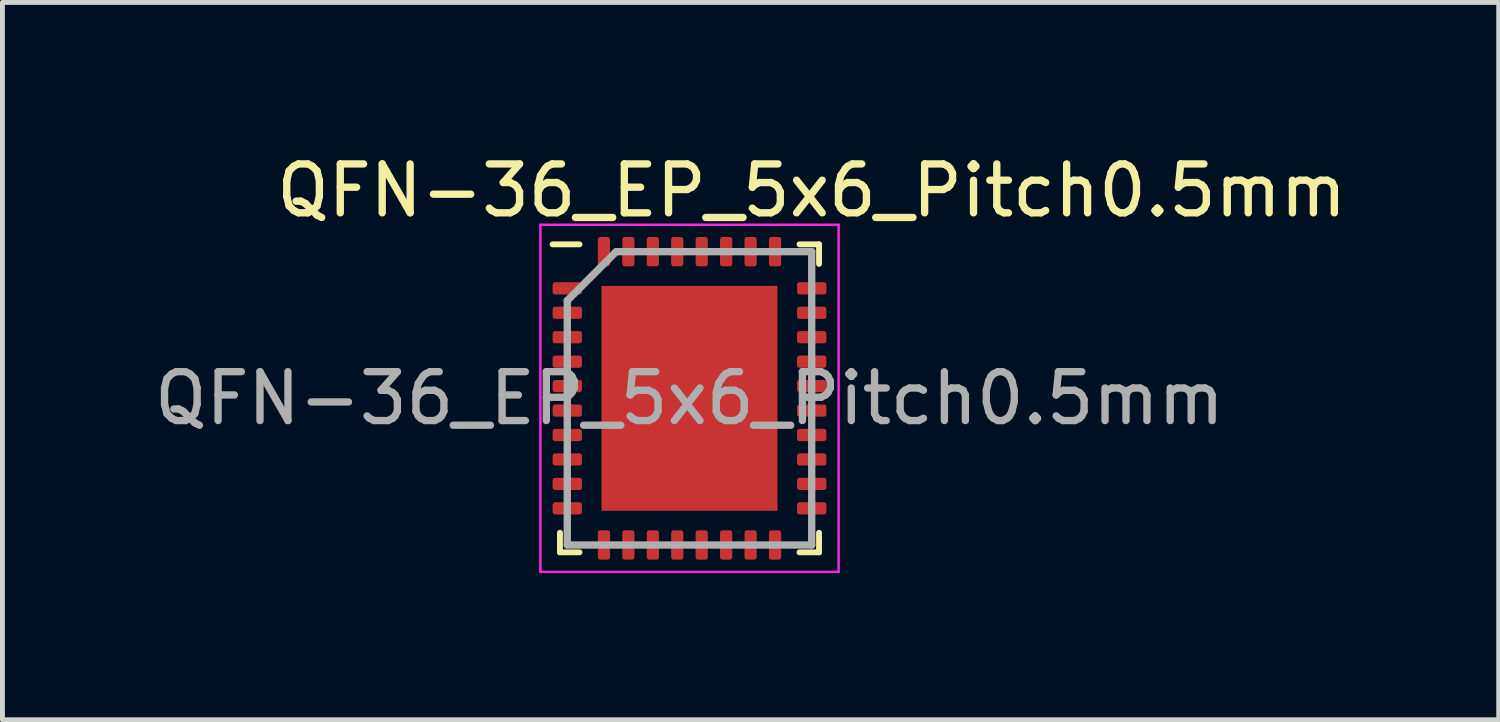
<source format=kicad_pcb>
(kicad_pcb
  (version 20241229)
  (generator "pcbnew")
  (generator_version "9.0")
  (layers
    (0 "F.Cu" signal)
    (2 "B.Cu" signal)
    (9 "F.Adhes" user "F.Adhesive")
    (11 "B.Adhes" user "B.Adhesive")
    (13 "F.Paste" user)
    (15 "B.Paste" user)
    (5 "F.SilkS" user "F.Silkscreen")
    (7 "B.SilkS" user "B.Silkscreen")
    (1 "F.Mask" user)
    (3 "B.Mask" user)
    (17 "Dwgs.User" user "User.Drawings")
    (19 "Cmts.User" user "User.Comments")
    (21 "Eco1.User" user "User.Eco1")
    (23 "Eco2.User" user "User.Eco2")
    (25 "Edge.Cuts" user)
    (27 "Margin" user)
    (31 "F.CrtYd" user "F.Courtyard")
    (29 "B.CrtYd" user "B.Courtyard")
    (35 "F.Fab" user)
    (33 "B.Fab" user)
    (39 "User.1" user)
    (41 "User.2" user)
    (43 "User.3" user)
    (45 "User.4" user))
  (footprint "QFN-36_EP_5x6_Pitch0.5mm"
    (layer "F.Cu")
    (at 11.054 5.098)
    (property "Reference" "QFN-36_EP_5x6_Pitch0.5mm" (at 2.5 -4.25 0) (layer "F.SilkS") (effects (font (size 1 1) (thickness 0.15))))
    (attr smd)
    (fp_line (start -2.65 3.15) (end -2.65 2.75) (stroke (width 0.12) (type default)) (layer "F.SilkS"))
    (fp_line (start -2.25 -3.15) (end -2.8 -3.15) (stroke (width 0.12) (type default)) (layer "F.SilkS"))
    (fp_line (start -2.25 3.15) (end -2.65 3.15) (stroke (width 0.12) (type default)) (layer "F.SilkS"))
    (fp_line (start 2.25 -3.15) (end 2.65 -3.15) (stroke (width 0.12) (type default)) (layer "F.SilkS"))
    (fp_line (start 2.25 3.15) (end 2.65 3.15) (stroke (width 0.12) (type default)) (layer "F.SilkS"))
    (fp_line (start 2.65 -3.15) (end 2.65 -2.75) (stroke (width 0.12) (type default)) (layer "F.SilkS"))
    (fp_line (start 2.65 3.15) (end 2.65 2.75) (stroke (width 0.12) (type default)) (layer "F.SilkS"))
    (fp_line (start -3.05 -3.55) (end 3.05 -3.55) (stroke (width 0.05) (type default)) (layer "F.CrtYd"))
    (fp_line (start -3.05 3.55) (end -3.05 -3.55) (stroke (width 0.05) (type default)) (layer "F.CrtYd"))
    (fp_line (start 3.05 -3.55) (end 3.05 3.55) (stroke (width 0.05) (type default)) (layer "F.CrtYd"))
    (fp_line (start 3.05 3.55) (end -3.05 3.55) (stroke (width 0.05) (type default)) (layer "F.CrtYd"))
    (fp_line (start -2.5 -2) (end -2.5 3) (stroke (width 0.15) (type default)) (layer "F.Fab"))
    (fp_line (start -2.5 3) (end 2.5 3) (stroke (width 0.15) (type default)) (layer "F.Fab"))
    (fp_line (start -1.5 -3) (end -2.5 -2) (stroke (width 0.15) (type default)) (layer "F.Fab"))
    (fp_line (start 2.5 -3) (end -1.5 -3) (stroke (width 0.15) (type default)) (layer "F.Fab"))
    (fp_line (start 2.5 3) (end 2.5 -3) (stroke (width 0.15) (type default)) (layer "F.Fab"))
    (fp_text user "${REFERENCE}" (at 0 0 0) (layer "F.Fab") (effects (font (size 1 1) (thickness 0.15))))
    (pad "" smd rect (at -1.2 -1.725) (size 0.9 0.85) (layers "F.Paste"))
    (pad "" smd rect (at -1.2 -0.575) (size 0.9 0.85) (layers "F.Paste"))
    (pad "" smd rect (at -1.2 0.575) (size 0.9 0.85) (layers "F.Paste"))
    (pad "" smd rect (at -1.2 1.725) (size 0.9 0.85) (layers "F.Paste"))
    (pad "" smd rect (at 0 -1.725) (size 0.9 0.85) (layers "F.Paste"))
    (pad "" smd rect (at 0 -0.575) (size 0.9 0.85) (layers "F.Paste"))
    (pad "" smd rect (at 0 0.575) (size 0.9 0.85) (layers "F.Paste"))
    (pad "" smd rect (at 0 1.725) (size 0.9 0.85) (layers "F.Paste"))
    (pad "" smd rect (at 1.2 -1.725) (size 0.9 0.85) (layers "F.Paste"))
    (pad "" smd rect (at 1.2 -0.575) (size 0.9 0.85) (layers "F.Paste"))
    (pad "" smd rect (at 1.2 0.575) (size 0.9 0.85) (layers "F.Paste"))
    (pad "" smd rect (at 1.2 1.725) (size 0.9 0.85) (layers "F.Paste"))
    (pad "1" smd roundrect (at -2.5 -2.25 90) (size 0.25 0.6) (layers "F.Cu" "F.Mask" "F.Paste") (roundrect_rratio 0.2))
    (pad "2" smd roundrect (at -2.5 -1.75 90) (size 0.25 0.6) (layers "F.Cu" "F.Mask" "F.Paste") (roundrect_rratio 0.2))
    (pad "3" smd roundrect (at -2.5 -1.25 90) (size 0.25 0.6) (layers "F.Cu" "F.Mask" "F.Paste") (roundrect_rratio 0.2))
    (pad "4" smd roundrect (at -2.5 -0.75 90) (size 0.25 0.6) (layers "F.Cu" "F.Mask" "F.Paste") (roundrect_rratio 0.2))
    (pad "5" smd roundrect (at -2.5 -0.25 90) (size 0.25 0.6) (layers "F.Cu" "F.Mask" "F.Paste") (roundrect_rratio 0.2))
    (pad "6" smd roundrect (at -2.5 0.25 90) (size 0.25 0.6) (layers "F.Cu" "F.Mask" "F.Paste") (roundrect_rratio 0.2))
    (pad "7" smd roundrect (at -2.5 0.75 90) (size 0.25 0.6) (layers "F.Cu" "F.Mask" "F.Paste") (roundrect_rratio 0.2))
    (pad "8" smd roundrect (at -2.5 1.25 90) (size 0.25 0.6) (layers "F.Cu" "F.Mask" "F.Paste") (roundrect_rratio 0.2))
    (pad "9" smd roundrect (at -2.5 1.75 90) (size 0.25 0.6) (layers "F.Cu" "F.Mask" "F.Paste") (roundrect_rratio 0.2))
    (pad "10" smd roundrect (at -2.5 2.25 90) (size 0.25 0.6) (layers "F.Cu" "F.Mask" "F.Paste") (roundrect_rratio 0.2))
    (pad "11" smd roundrect (at -1.75 3) (size 0.25 0.6) (layers "F.Cu" "F.Mask" "F.Paste") (roundrect_rratio 0.2))
    (pad "12" smd roundrect (at -1.25 3) (size 0.25 0.6) (layers "F.Cu" "F.Mask" "F.Paste") (roundrect_rratio 0.2))
    (pad "13" smd roundrect (at -0.75 3) (size 0.25 0.6) (layers "F.Cu" "F.Mask" "F.Paste") (roundrect_rratio 0.2))
    (pad "14" smd roundrect (at -0.25 3) (size 0.25 0.6) (layers "F.Cu" "F.Mask" "F.Paste") (roundrect_rratio 0.2))
    (pad "15" smd roundrect (at 0.25 3) (size 0.25 0.6) (layers "F.Cu" "F.Mask" "F.Paste") (roundrect_rratio 0.2))
    (pad "16" smd roundrect (at 0.75 3) (size 0.25 0.6) (layers "F.Cu" "F.Mask" "F.Paste") (roundrect_rratio 0.2))
    (pad "17" smd roundrect (at 1.25 3) (size 0.25 0.6) (layers "F.Cu" "F.Mask" "F.Paste") (roundrect_rratio 0.2))
    (pad "18" smd roundrect (at 1.75 3) (size 0.25 0.6) (layers "F.Cu" "F.Mask" "F.Paste") (roundrect_rratio 0.2))
    (pad "19" smd roundrect (at 2.5 2.25 90) (size 0.25 0.6) (layers "F.Cu" "F.Mask" "F.Paste") (roundrect_rratio 0.2))
    (pad "20" smd roundrect (at 2.5 1.75 90) (size 0.25 0.6) (layers "F.Cu" "F.Mask" "F.Paste") (roundrect_rratio 0.2))
    (pad "21" smd roundrect (at 2.5 1.25 90) (size 0.25 0.6) (layers "F.Cu" "F.Mask" "F.Paste") (roundrect_rratio 0.2))
    (pad "22" smd roundrect (at 2.5 0.75 90) (size 0.25 0.6) (layers "F.Cu" "F.Mask" "F.Paste") (roundrect_rratio 0.2))
    (pad "23" smd roundrect (at 2.5 0.25 90) (size 0.25 0.6) (layers "F.Cu" "F.Mask" "F.Paste") (roundrect_rratio 0.2))
    (pad "24" smd roundrect (at 2.5 -0.25 90) (size 0.25 0.6) (layers "F.Cu" "F.Mask" "F.Paste") (roundrect_rratio 0.2))
    (pad "25" smd roundrect (at 2.5 -0.75 90) (size 0.25 0.6) (layers "F.Cu" "F.Mask" "F.Paste") (roundrect_rratio 0.2))
    (pad "26" smd roundrect (at 2.5 -1.25 90) (size 0.25 0.6) (layers "F.Cu" "F.Mask" "F.Paste") (roundrect_rratio 0.2))
    (pad "27" smd roundrect (at 2.5 -1.75 90) (size 0.25 0.6) (layers "F.Cu" "F.Mask" "F.Paste") (roundrect_rratio 0.2))
    (pad "28" smd roundrect (at 2.5 -2.25 90) (size 0.25 0.6) (layers "F.Cu" "F.Mask" "F.Paste") (roundrect_rratio 0.2))
    (pad "29" smd roundrect (at 1.75 -3) (size 0.25 0.6) (layers "F.Cu" "F.Mask" "F.Paste") (roundrect_rratio 0.2))
    (pad "30" smd roundrect (at 1.25 -3) (size 0.25 0.6) (layers "F.Cu" "F.Mask" "F.Paste") (roundrect_rratio 0.2))
    (pad "31" smd roundrect (at 0.75 -3) (size 0.25 0.6) (layers "F.Cu" "F.Mask" "F.Paste") (roundrect_rratio 0.2))
    (pad "32" smd roundrect (at 0.25 -3) (size 0.25 0.6) (layers "F.Cu" "F.Mask" "F.Paste") (roundrect_rratio 0.2))
    (pad "33" smd roundrect (at -0.25 -3) (size 0.25 0.6) (layers "F.Cu" "F.Mask" "F.Paste") (roundrect_rratio 0.2))
    (pad "34" smd roundrect (at -0.75 -3) (size 0.25 0.6) (layers "F.Cu" "F.Mask" "F.Paste") (roundrect_rratio 0.2))
    (pad "35" smd roundrect (at -1.25 -3) (size 0.25 0.6) (layers "F.Cu" "F.Mask" "F.Paste") (roundrect_rratio 0.2))
    (pad "36" smd roundrect (at -1.75 -3) (size 0.25 0.6) (layers "F.Cu" "F.Mask" "F.Paste") (roundrect_rratio 0.2))
    (pad "37" smd rect (at 0 0) (size 3.6 4.6) (layers "F.Cu" "F.Mask")))
  (gr_rect
    (start -3 -3)
    (end 27.607 11.673)
    (stroke (width 0.1) (type default))
    (fill no)
    (layer "Edge.Cuts")))
</source>
